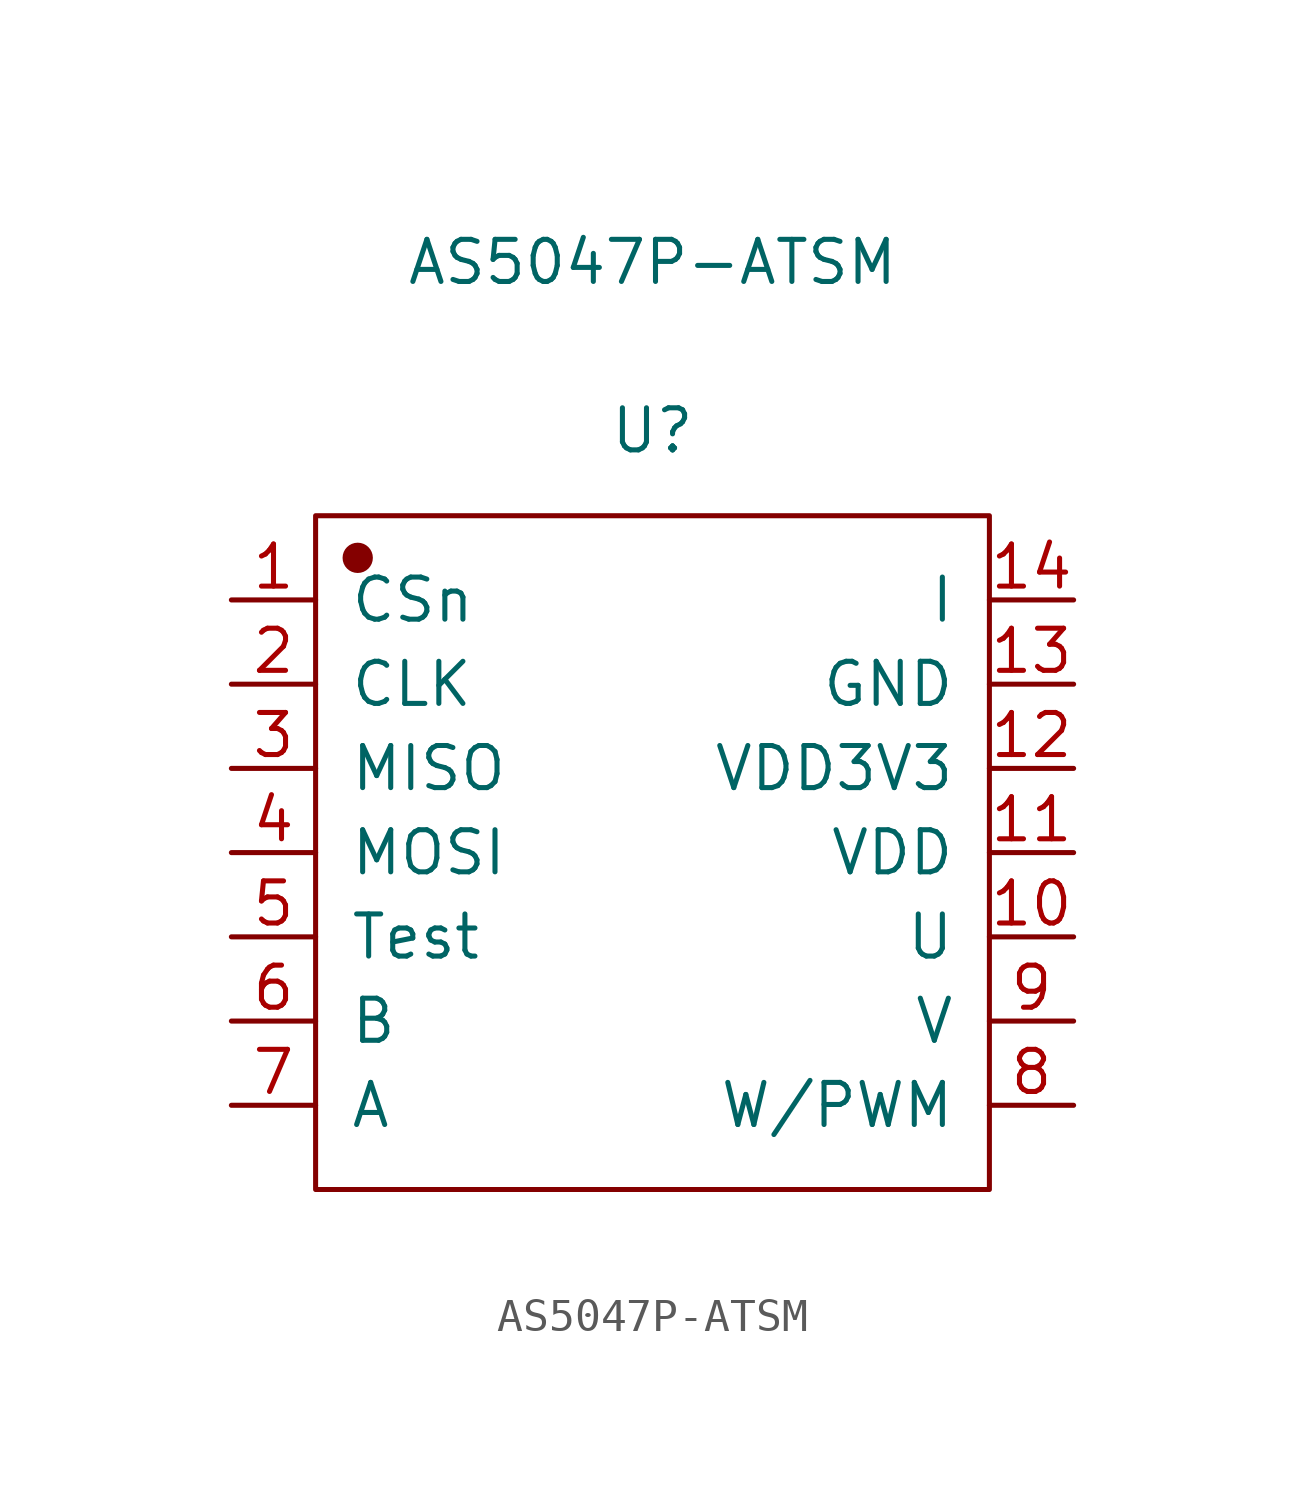
<source format=kicad_sym>
(kicad_symbol_lib
  (version 20231120)
  (generator "kicad_symbol_editor")
  (generator_version "8.0")
  (symbol "AS5047P-ATSM"
    (pin_names
      (offset 1.016))
    (property "Reference" "U"
      (at 0 12.725 0)
      (effects (font (size 1.27 1.27))))
    (property "Value" "AS5047P-ATSM"
      (at 0 17.805 0)
      (effects (font (size 1.27 1.27))))
    (symbol "AS5047P-ATSM_1_1"
      (rectangle (start -10.16 10.16) (end 10.16 -10.16) (stroke (width 0.152) (type solid)) (fill (type none)))
      (circle (center -8.89 8.89) (radius 0.381) (stroke (width 0.152) (type solid)) (fill (type outline)))
      (pin input line (at -12.7 7.62 0) (length 2.54) (name "CSn" (effects (font (size 1.27 1.27)))) (number "1" (effects (font (size 1.27 1.27)))))
      (pin output line (at 12.7 -2.54 180) (length 2.54) (name "U" (effects (font (size 1.27 1.27)))) (number "10" (effects (font (size 1.27 1.27)))))
      (pin power_in line (at 12.7 0 180) (length 2.54) (name "VDD" (effects (font (size 1.27 1.27)))) (number "11" (effects (font (size 1.27 1.27)))))
      (pin power_in line (at 12.7 2.54 180) (length 2.54) (name "VDD3V3" (effects (font (size 1.27 1.27)))) (number "12" (effects (font (size 1.27 1.27)))))
      (pin power_in line (at 12.7 5.08 180) (length 2.54) (name "GND" (effects (font (size 1.27 1.27)))) (number "13" (effects (font (size 1.27 1.27)))))
      (pin output line (at 12.7 7.62 180) (length 2.54) (name "I" (effects (font (size 1.27 1.27)))) (number "14" (effects (font (size 1.27 1.27)))))
      (pin bidirectional line (at -12.7 5.08 0) (length 2.54) (name "CLK" (effects (font (size 1.27 1.27)))) (number "2" (effects (font (size 1.27 1.27)))))
      (pin bidirectional line (at -12.7 2.54 0) (length 2.54) (name "MISO" (effects (font (size 1.27 1.27)))) (number "3" (effects (font (size 1.27 1.27)))))
      (pin bidirectional line (at -12.7 0 0) (length 2.54) (name "MOSI" (effects (font (size 1.27 1.27)))) (number "4" (effects (font (size 1.27 1.27)))))
      (pin power_in line (at -12.7 -2.54 0) (length 2.54) (name "Test" (effects (font (size 1.27 1.27)))) (number "5" (effects (font (size 1.27 1.27)))))
      (pin output line (at -12.7 -5.08 0) (length 2.54) (name "B" (effects (font (size 1.27 1.27)))) (number "6" (effects (font (size 1.27 1.27)))))
      (pin output line (at -12.7 -7.62 0) (length 2.54) (name "A" (effects (font (size 1.27 1.27)))) (number "7" (effects (font (size 1.27 1.27)))))
      (pin output line (at 12.7 -7.62 180) (length 2.54) (name "W/PWM" (effects (font (size 1.27 1.27)))) (number "8" (effects (font (size 1.27 1.27)))))
      (pin output line (at 12.7 -5.08 180) (length 2.54) (name "V" (effects (font (size 1.27 1.27)))) (number "9" (effects (font (size 1.27 1.27))))))))
</source>
